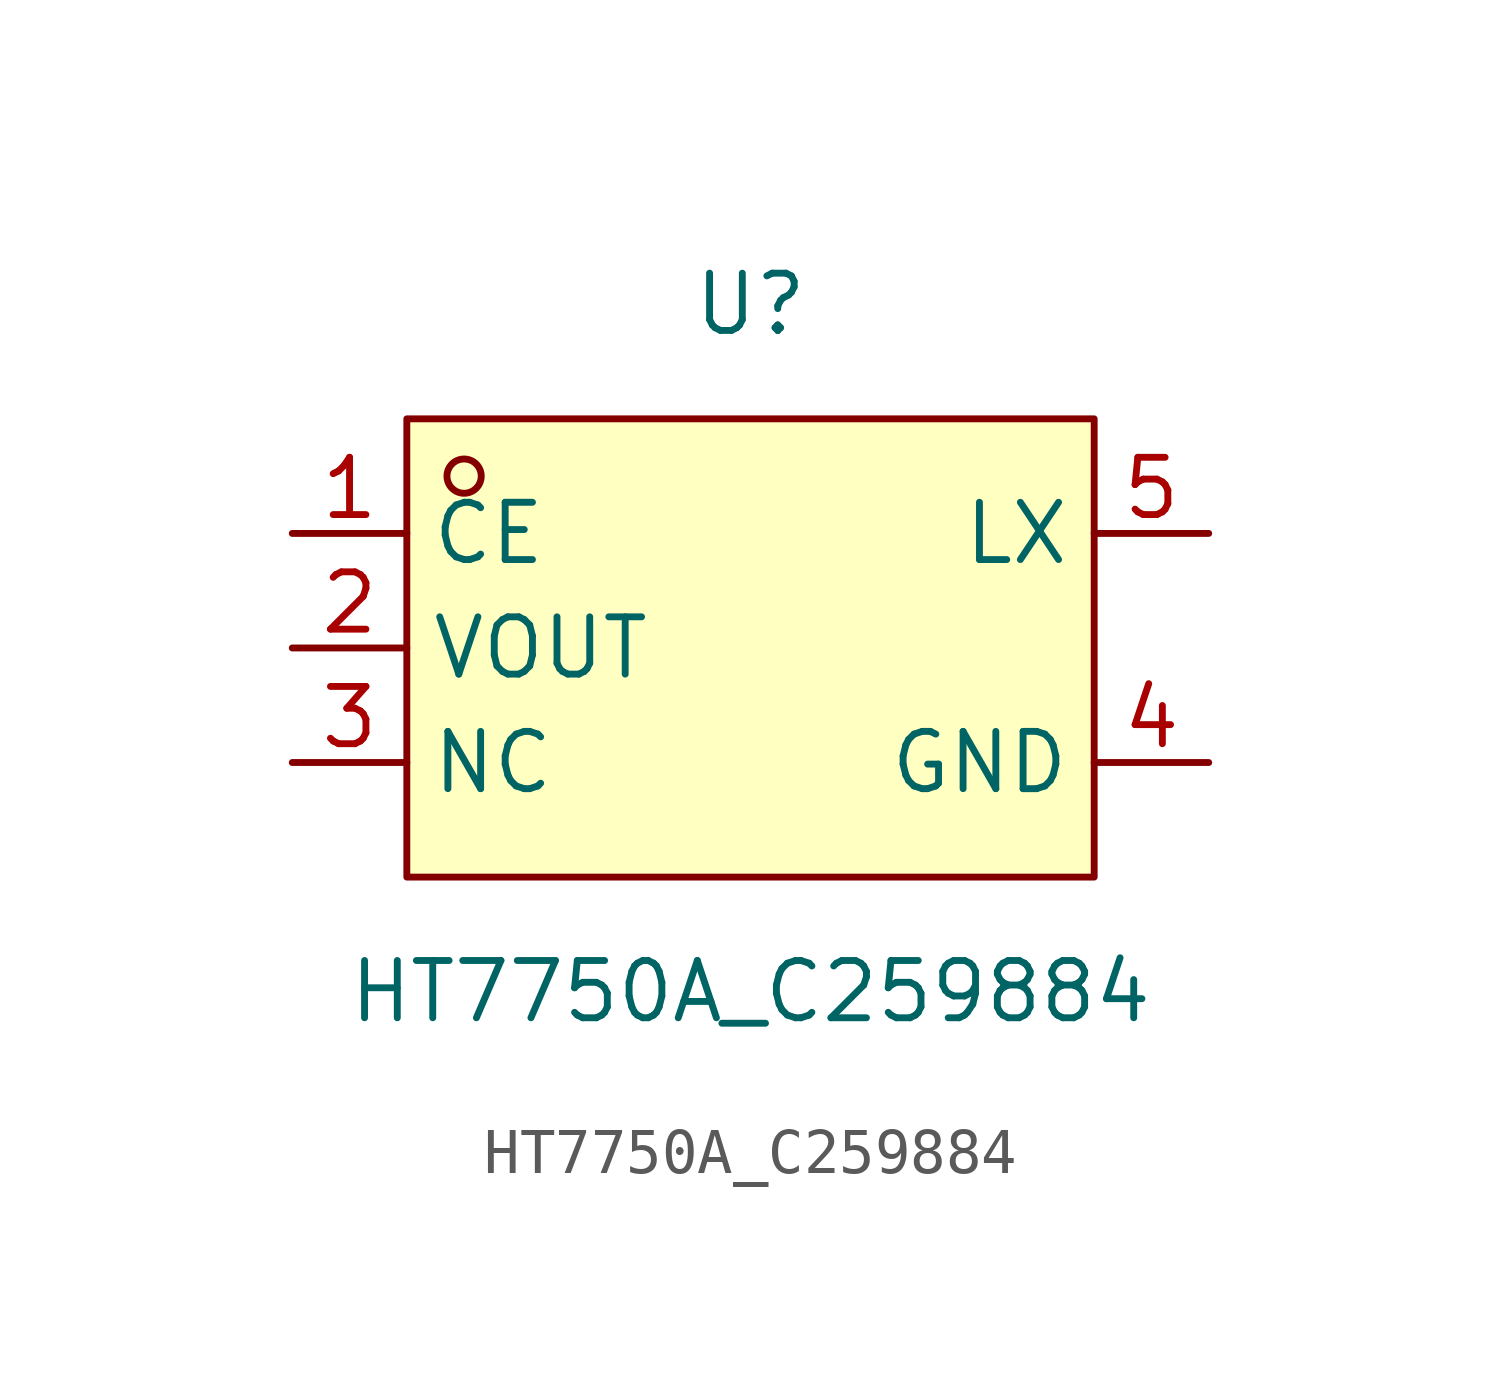
<source format=kicad_sym>
(kicad_symbol_lib
  (version 20211014)
  (generator https://github.com/uPesy/easyeda2kicad.py)
  (symbol "HT7750A_C259884"
    (property "Reference" "U"
      (at 0 7.62 0)
      (effects (font (size 1.27 1.27))))
    (property "Value" "HT7750A_C259884"
      (at 0 -7.62 0)
      (effects (font (size 1.27 1.27))))
    (symbol "HT7750A_C259884_0_1"
      (rectangle (start -7.62 5.08) (end 7.62 -5.08) (stroke (width 0) (type default) (color 0 0 0 0)) (fill (type background)))
      (circle (center -6.35 3.81) (radius 0.38) (stroke (width 0) (type default) (color 0 0 0 0)) (fill (type none)))
      (pin unspecified line (at -10.16 2.54 0) (length 2.54) (name "CE" (effects (font (size 1.27 1.27)))) (number "1" (effects (font (size 1.27 1.27)))))
      (pin unspecified line (at -10.16 -0.00 0) (length 2.54) (name "VOUT" (effects (font (size 1.27 1.27)))) (number "2" (effects (font (size 1.27 1.27)))))
      (pin unspecified line (at -10.16 -2.54 0) (length 2.54) (name "NC" (effects (font (size 1.27 1.27)))) (number "3" (effects (font (size 1.27 1.27)))))
      (pin unspecified line (at 10.16 -2.54 180) (length 2.54) (name "GND" (effects (font (size 1.27 1.27)))) (number "4" (effects (font (size 1.27 1.27)))))
      (pin unspecified line (at 10.16 2.54 180) (length 2.54) (name "LX" (effects (font (size 1.27 1.27)))) (number "5" (effects (font (size 1.27 1.27))))))))
</source>
